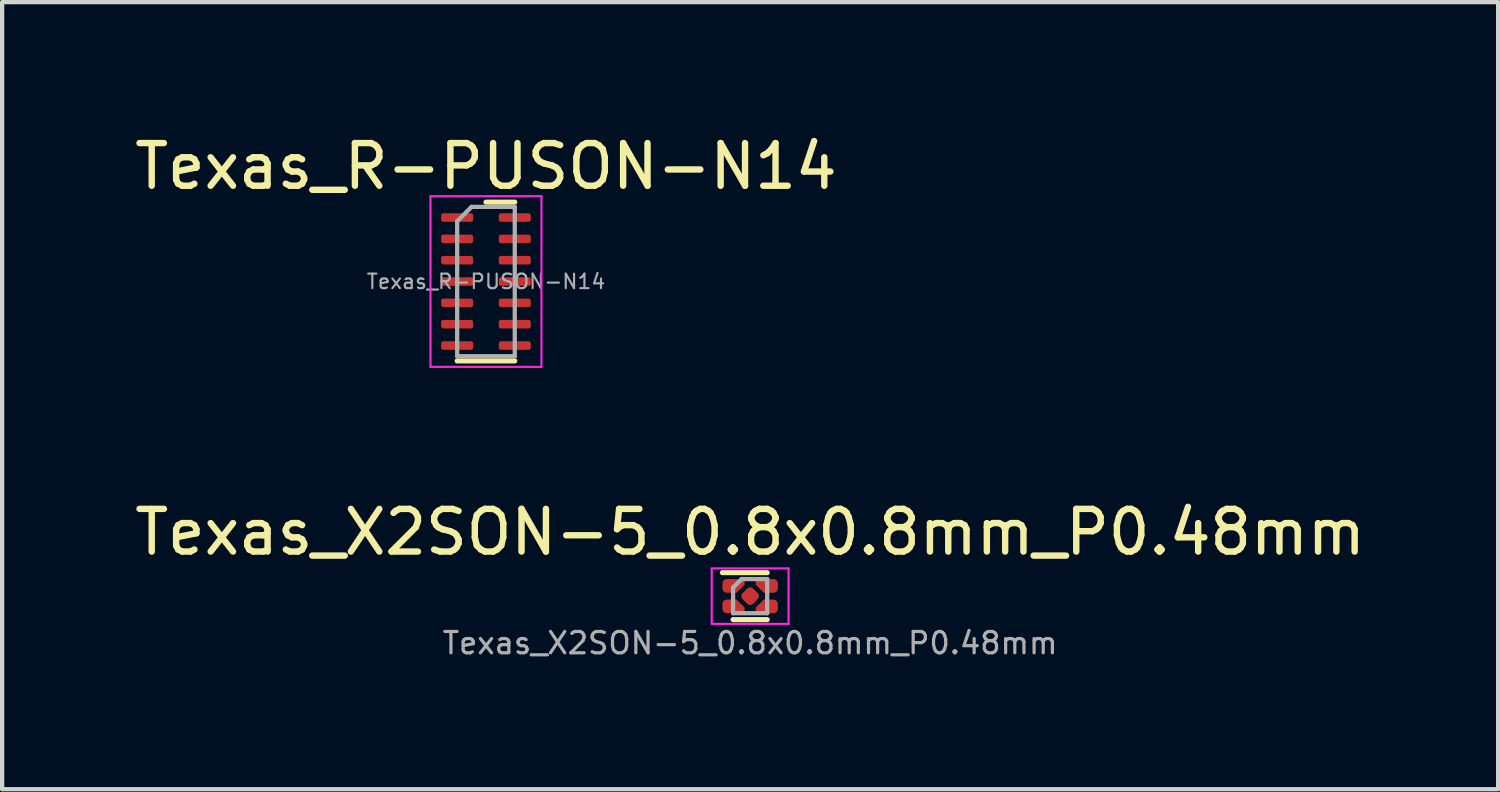
<source format=kicad_pcb>
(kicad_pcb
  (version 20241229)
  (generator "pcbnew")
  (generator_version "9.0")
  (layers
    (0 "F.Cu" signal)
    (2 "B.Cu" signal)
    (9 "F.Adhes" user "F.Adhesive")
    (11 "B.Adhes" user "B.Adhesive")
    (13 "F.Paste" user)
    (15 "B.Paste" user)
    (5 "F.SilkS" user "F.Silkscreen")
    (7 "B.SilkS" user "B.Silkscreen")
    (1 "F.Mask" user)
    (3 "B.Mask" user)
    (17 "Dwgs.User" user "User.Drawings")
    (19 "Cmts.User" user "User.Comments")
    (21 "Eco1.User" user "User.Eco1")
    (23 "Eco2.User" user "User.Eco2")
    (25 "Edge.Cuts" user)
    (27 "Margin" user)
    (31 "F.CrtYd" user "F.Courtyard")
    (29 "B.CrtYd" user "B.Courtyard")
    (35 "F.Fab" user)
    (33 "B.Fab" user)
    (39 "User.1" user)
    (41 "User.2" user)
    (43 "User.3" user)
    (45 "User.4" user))
  (footprint "Texas_R-PUSON-N14"
    (layer "F.Cu")
    (at 8.339 3.548)
    (property "Reference" "Texas_R-PUSON-N14" (at 0 -2.7 0) (layer "F.SilkS") (effects (font (size 1 1) (thickness 0.15))))
    (attr smd)
    (fp_line (start -0.675 1.86) (end 0.675 1.86) (stroke (width 0.12) (type solid)) (layer "F.SilkS"))
    (fp_line (start 0 -1.86) (end 0.675 -1.86) (stroke (width 0.12) (type solid)) (layer "F.SilkS"))
    (fp_line (start -1.3 -2) (end -1.3 2) (stroke (width 0.05) (type solid)) (layer "F.CrtYd"))
    (fp_line (start -1.3 2) (end 1.3 2) (stroke (width 0.05) (type solid)) (layer "F.CrtYd"))
    (fp_line (start 1.3 -2) (end -1.3 -2) (stroke (width 0.05) (type solid)) (layer "F.CrtYd"))
    (fp_line (start 1.3 2) (end 1.3 -2) (stroke (width 0.05) (type solid)) (layer "F.CrtYd"))
    (fp_line (start -0.675 -1.413) (end -0.338 -1.75) (stroke (width 0.1) (type solid)) (layer "F.Fab"))
    (fp_line (start -0.675 1.75) (end -0.675 -1.413) (stroke (width 0.1) (type solid)) (layer "F.Fab"))
    (fp_line (start -0.338 -1.75) (end 0.675 -1.75) (stroke (width 0.1) (type solid)) (layer "F.Fab"))
    (fp_line (start 0.675 -1.75) (end 0.675 1.75) (stroke (width 0.1) (type solid)) (layer "F.Fab"))
    (fp_line (start 0.675 1.75) (end -0.675 1.75) (stroke (width 0.1) (type solid)) (layer "F.Fab"))
    (fp_text user "${REFERENCE}" (at 0 0 0) (layer "F.Fab") (effects (font (size 0.34 0.34) (thickness 0.05))))
    (pad "1" smd roundrect (at -0.675 -1.5) (size 0.75 0.2) (layers "F.Cu" "F.Mask" "F.Paste") (roundrect_rratio 0.25))
    (pad "2" smd roundrect (at -0.675 -1) (size 0.75 0.2) (layers "F.Cu" "F.Mask" "F.Paste") (roundrect_rratio 0.25))
    (pad "3" smd roundrect (at -0.675 -0.5) (size 0.75 0.2) (layers "F.Cu" "F.Mask" "F.Paste") (roundrect_rratio 0.25))
    (pad "4" smd roundrect (at -0.675 0) (size 0.75 0.2) (layers "F.Cu" "F.Mask" "F.Paste") (roundrect_rratio 0.25))
    (pad "5" smd roundrect (at -0.675 0.5) (size 0.75 0.2) (layers "F.Cu" "F.Mask" "F.Paste") (roundrect_rratio 0.25))
    (pad "6" smd roundrect (at -0.675 1) (size 0.75 0.2) (layers "F.Cu" "F.Mask" "F.Paste") (roundrect_rratio 0.25))
    (pad "7" smd roundrect (at -0.675 1.5) (size 0.75 0.2) (layers "F.Cu" "F.Mask" "F.Paste") (roundrect_rratio 0.25))
    (pad "8" smd roundrect (at 0.675 1.5) (size 0.75 0.2) (layers "F.Cu" "F.Mask" "F.Paste") (roundrect_rratio 0.25))
    (pad "9" smd roundrect (at 0.675 1) (size 0.75 0.2) (layers "F.Cu" "F.Mask" "F.Paste") (roundrect_rratio 0.25))
    (pad "10" smd roundrect (at 0.675 0.5) (size 0.75 0.2) (layers "F.Cu" "F.Mask" "F.Paste") (roundrect_rratio 0.25))
    (pad "11" smd roundrect (at 0.675 0) (size 0.75 0.2) (layers "F.Cu" "F.Mask" "F.Paste") (roundrect_rratio 0.25))
    (pad "12" smd roundrect (at 0.675 -0.5) (size 0.75 0.2) (layers "F.Cu" "F.Mask" "F.Paste") (roundrect_rratio 0.25))
    (pad "13" smd roundrect (at 0.675 -1) (size 0.75 0.2) (layers "F.Cu" "F.Mask" "F.Paste") (roundrect_rratio 0.25))
    (pad "14" smd roundrect (at 0.675 -1.5) (size 0.75 0.2) (layers "F.Cu" "F.Mask" "F.Paste") (roundrect_rratio 0.25)))
  (footprint "Texas_X2SON-5_0.8x0.8mm_P0.48mm"
    (layer "F.Cu")
    (at 14.53 10.921)
    (property "Reference" "Texas_X2SON-5_0.8x0.8mm_P0.48mm" (at 0 -1.5 0) (layer "F.SilkS") (effects (font (size 1 1) (thickness 0.15))))
    (attr smd)
    (fp_line (start -0.65 -0.55) (end 0.4 -0.55) (stroke (width 0.12) (type solid)) (layer "F.SilkS"))
    (fp_line (start -0.4 0.55) (end 0.4 0.55) (stroke (width 0.12) (type solid)) (layer "F.SilkS"))
    (fp_line (start -0.9 -0.65) (end 0.9 -0.65) (stroke (width 0.05) (type solid)) (layer "F.CrtYd"))
    (fp_line (start -0.9 0.65) (end -0.9 -0.65) (stroke (width 0.05) (type solid)) (layer "F.CrtYd"))
    (fp_line (start 0.9 -0.65) (end 0.9 0.65) (stroke (width 0.05) (type solid)) (layer "F.CrtYd"))
    (fp_line (start 0.9 0.65) (end -0.9 0.65) (stroke (width 0.05) (type solid)) (layer "F.CrtYd"))
    (fp_line (start -0.4 -0.2) (end -0.2 -0.4) (stroke (width 0.1) (type solid)) (layer "F.Fab"))
    (fp_line (start -0.4 0.4) (end -0.4 -0.2) (stroke (width 0.1) (type solid)) (layer "F.Fab"))
    (fp_line (start -0.2 -0.4) (end 0.4 -0.4) (stroke (width 0.1) (type solid)) (layer "F.Fab"))
    (fp_line (start 0.4 -0.4) (end 0.4 0.4) (stroke (width 0.1) (type solid)) (layer "F.Fab"))
    (fp_line (start 0.4 0.4) (end -0.4 0.4) (stroke (width 0.1) (type solid)) (layer "F.Fab"))
    (fp_text user "${REFERENCE}" (at 0 1.1 0) (unlocked yes) (layer "F.Fab") (effects (font (size 0.5 0.5) (thickness 0.075))))
    (pad "" smd custom (at -0.39 -0.24) (size 0.15 0.15) (layers "F.Mask" "F.Paste") (options (anchor circle)) (primitives (gr_poly (pts (xy 0.05 0.11) (xy 0.21 -0.05) (xy 0.21 -0.11) (xy -0.16 -0.11) (xy -0.195 -0.095) (xy -0.21 -0.06) (xy -0.21 0.06) (xy -0.195 0.095) (xy -0.16 0.11)) (width 0) (fill yes))))
    (pad "" smd custom (at -0.39 0.24) (size 0.05 0.05) (layers "F.Mask" "F.Paste") (options (anchor circle)) (primitives (gr_poly (pts (xy -0.16 -0.11) (xy 0.05 -0.11) (xy 0.21 0.05) (xy 0.21 0.11) (xy -0.16 0.11) (xy -0.195 0.095) (xy -0.21 0.06) (xy -0.21 -0.06) (xy -0.195 -0.095)) (width 0) (fill yes))))
    (pad "" smd custom (at 0.39 -0.24) (size 0.05 0.05) (layers "F.Mask" "F.Paste") (options (anchor circle)) (primitives (gr_poly (pts (xy 0.16 0.11) (xy -0.05 0.11) (xy -0.21 -0.05) (xy -0.21 -0.11) (xy 0.16 -0.11) (xy 0.195 -0.095) (xy 0.21 -0.06) (xy 0.21 0.06) (xy 0.195 0.095)) (width 0) (fill yes))))
    (pad "" smd custom (at 0.39 0.24) (size 0.15 0.15) (layers "F.Paste") (options (anchor circle)) (primitives (gr_poly (pts (xy -0.05 -0.11) (xy -0.21 0.05) (xy -0.21 0.11) (xy 0.16 0.11) (xy 0.195 0.095) (xy 0.21 0.06) (xy 0.21 -0.06) (xy 0.195 -0.095) (xy 0.16 -0.11)) (width 0) (fill yes))))
    (pad "1" smd custom (at -0.39 -0.24) (size 0.15 0.15) (layers "F.Cu" "F.Mask") (options (anchor circle)) (primitives (gr_poly (pts (xy 0.071 0.16) (xy 0.26 -0.029) (xy 0.26 -0.16) (xy -0.16 -0.16) (xy -0.21 -0.147) (xy -0.247 -0.11) (xy -0.26 -0.06) (xy -0.26 0.06) (xy -0.247 0.11) (xy -0.21 0.147) (xy -0.16 0.16)) (width 0) (fill yes))))
    (pad "2" smd custom (at -0.39 0.24) (size 0.05 0.05) (layers "F.Cu" "F.Mask") (options (anchor circle)) (primitives (gr_poly (pts (xy -0.21 -0.147) (xy -0.16 -0.16) (xy 0.071 -0.16) (xy 0.26 0.029) (xy 0.26 0.16) (xy -0.16 0.16) (xy -0.21 0.147) (xy -0.247 0.11) (xy -0.26 0.06) (xy -0.26 -0.06) (xy -0.247 -0.11)) (width 0) (fill yes))))
    (pad "3" smd roundrect (at 0 0 45) (size 0.35 0.35) (layers "F.Cu" "F.Mask" "F.Paste") (roundrect_rratio 0.286))
    (pad "4" smd custom (at 0.39 0.24) (size 0.15 0.15) (layers "F.Cu" "F.Mask") (options (anchor circle)) (primitives (gr_poly (pts (xy -0.071 -0.16) (xy -0.26 0.029) (xy -0.26 0.16) (xy 0.16 0.16) (xy 0.21 0.147) (xy 0.247 0.11) (xy 0.26 0.06) (xy 0.26 -0.06) (xy 0.247 -0.11) (xy 0.21 -0.147) (xy 0.16 -0.16)) (width 0) (fill yes))))
    (pad "5" smd custom (at 0.39 -0.24) (size 0.05 0.05) (layers "F.Cu" "F.Mask") (options (anchor circle)) (primitives (gr_poly (pts (xy 0.21 0.147) (xy 0.16 0.16) (xy -0.071 0.16) (xy -0.26 -0.029) (xy -0.26 -0.16) (xy 0.16 -0.16) (xy 0.21 -0.147) (xy 0.247 -0.11) (xy 0.26 -0.06) (xy 0.26 0.06) (xy 0.247 0.11)) (width 0) (fill yes)))))
  (gr_rect
    (start -3 -3)
    (end 32.06 15.446)
    (stroke (width 0.1) (type default))
    (fill no)
    (layer "Edge.Cuts")))
</source>
